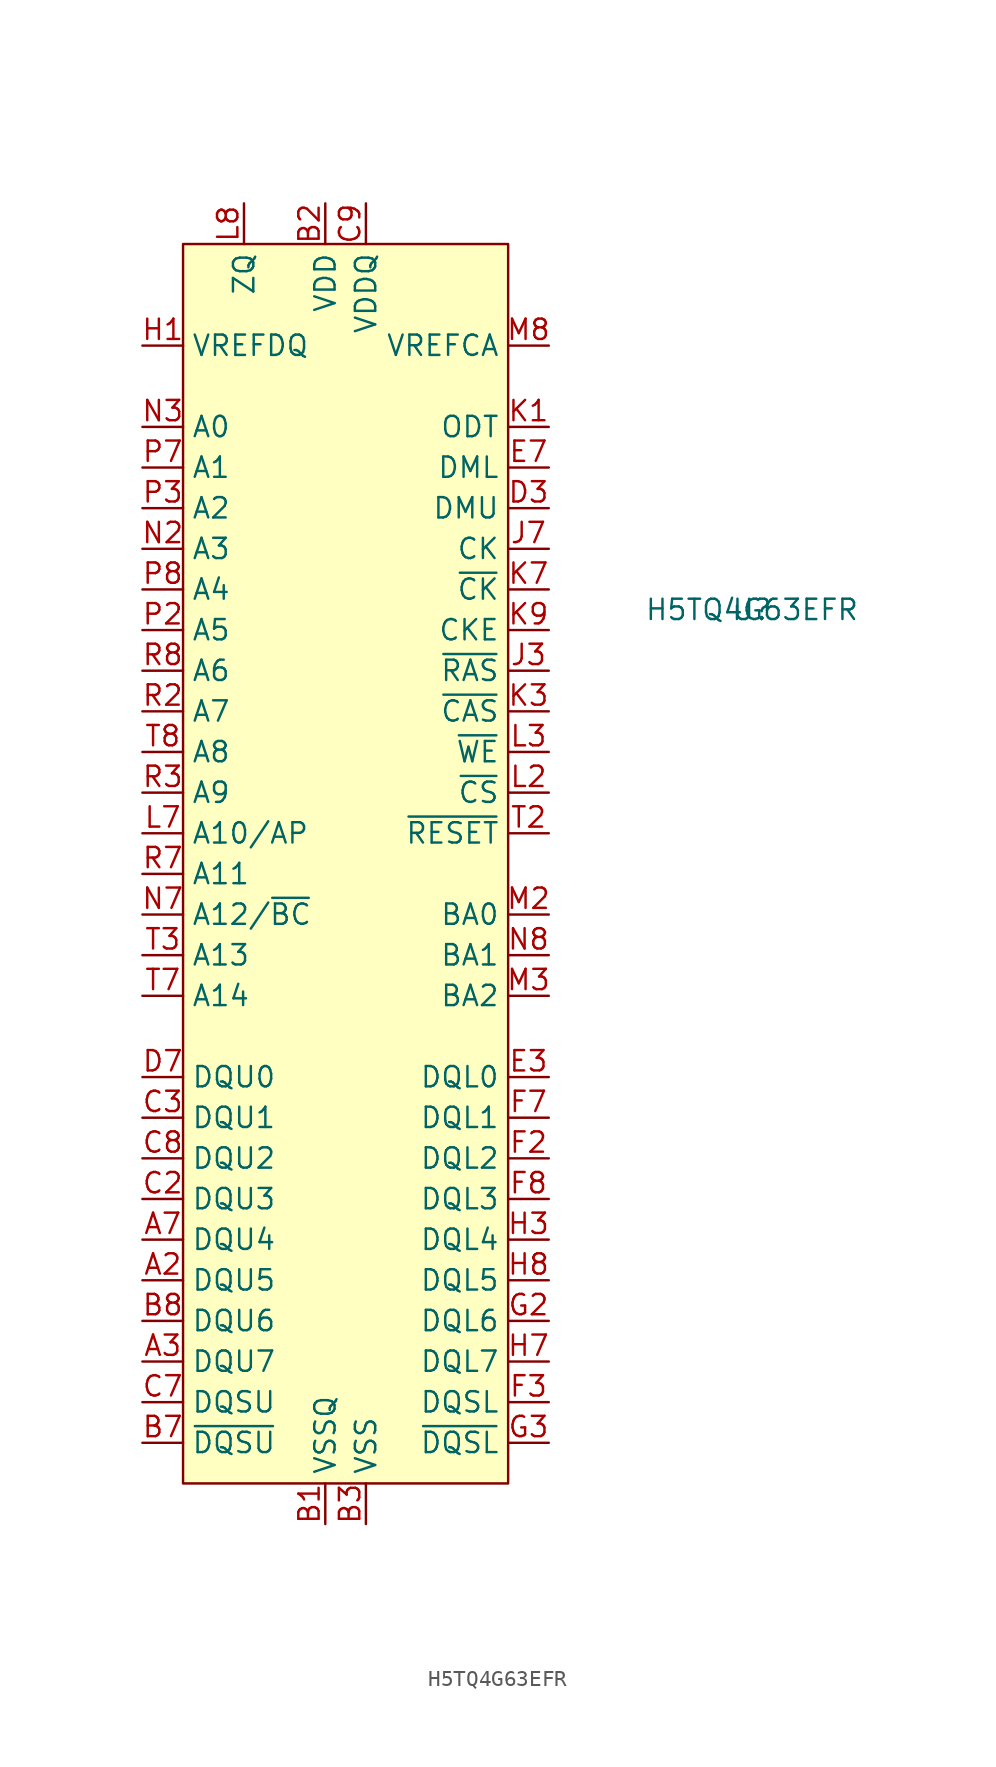
<source format=kicad_sym>
(kicad_symbol_lib
  (version 20241209)
  (generator "kicad_symbol_editor")
  (generator_version "9.0")
  (symbol "H5TQ4G63EFR"
    (property "Reference" "U"
      (at 0 0 0)
      (effects (font (size 1.27 1.27))))
    (property "Value" "H5TQ4G63EFR"
      (at 0 0 0)
      (effects (font (size 1.27 1.27))))
    (symbol "H5TQ4G63EFR_1_1"
      (rectangle (start -35.56 22.86) (end -15.24 -54.61) (stroke (width 0) (type solid)) (fill (type background)))
      (pin power_in line (at -38.1 16.51 0) (length 2.54) (name "VREFDQ" (effects (font (size 1.27 1.27)))) (number "H1" (effects (font (size 1.27 1.27)))))
      (pin input line (at -38.1 11.43 0) (length 2.54) (name "A0" (effects (font (size 1.27 1.27)))) (number "N3" (effects (font (size 1.27 1.27)))))
      (pin input line (at -38.1 8.89 0) (length 2.54) (name "A1" (effects (font (size 1.27 1.27)))) (number "P7" (effects (font (size 1.27 1.27)))))
      (pin input line (at -38.1 6.35 0) (length 2.54) (name "A2" (effects (font (size 1.27 1.27)))) (number "P3" (effects (font (size 1.27 1.27)))))
      (pin input line (at -38.1 3.81 0) (length 2.54) (name "A3" (effects (font (size 1.27 1.27)))) (number "N2" (effects (font (size 1.27 1.27)))))
      (pin input line (at -38.1 1.27 0) (length 2.54) (name "A4" (effects (font (size 1.27 1.27)))) (number "P8" (effects (font (size 1.27 1.27)))))
      (pin input line (at -38.1 -1.27 0) (length 2.54) (name "A5" (effects (font (size 1.27 1.27)))) (number "P2" (effects (font (size 1.27 1.27)))))
      (pin input line (at -38.1 -3.81 0) (length 2.54) (name "A6" (effects (font (size 1.27 1.27)))) (number "R8" (effects (font (size 1.27 1.27)))))
      (pin input line (at -38.1 -6.35 0) (length 2.54) (name "A7" (effects (font (size 1.27 1.27)))) (number "R2" (effects (font (size 1.27 1.27)))))
      (pin input line (at -38.1 -8.89 0) (length 2.54) (name "A8" (effects (font (size 1.27 1.27)))) (number "T8" (effects (font (size 1.27 1.27)))))
      (pin input line (at -38.1 -11.43 0) (length 2.54) (name "A9" (effects (font (size 1.27 1.27)))) (number "R3" (effects (font (size 1.27 1.27)))))
      (pin input line (at -38.1 -13.97 0) (length 2.54) (name "A10/AP" (effects (font (size 1.27 1.27)))) (number "L7" (effects (font (size 1.27 1.27)))))
      (pin input line (at -38.1 -16.51 0) (length 2.54) (name "A11" (effects (font (size 1.27 1.27)))) (number "R7" (effects (font (size 1.27 1.27)))))
      (pin input line (at -38.1 -19.05 0) (length 2.54) (name "A12/~{BC}" (effects (font (size 1.27 1.27)))) (number "N7" (effects (font (size 1.27 1.27)))))
      (pin input line (at -38.1 -21.59 0) (length 2.54) (name "A13" (effects (font (size 1.27 1.27)))) (number "T3" (effects (font (size 1.27 1.27)))))
      (pin input line (at -38.1 -24.13 0) (length 2.54) (name "A14" (effects (font (size 1.27 1.27)))) (number "T7" (effects (font (size 1.27 1.27)))))
      (pin bidirectional line (at -38.1 -29.21 0) (length 2.54) (name "DQU0" (effects (font (size 1.27 1.27)))) (number "D7" (effects (font (size 1.27 1.27)))))
      (pin bidirectional line (at -38.1 -31.75 0) (length 2.54) (name "DQU1" (effects (font (size 1.27 1.27)))) (number "C3" (effects (font (size 1.27 1.27)))))
      (pin bidirectional line (at -38.1 -34.29 0) (length 2.54) (name "DQU2" (effects (font (size 1.27 1.27)))) (number "C8" (effects (font (size 1.27 1.27)))))
      (pin bidirectional line (at -38.1 -36.83 0) (length 2.54) (name "DQU3" (effects (font (size 1.27 1.27)))) (number "C2" (effects (font (size 1.27 1.27)))))
      (pin bidirectional line (at -38.1 -39.37 0) (length 2.54) (name "DQU4" (effects (font (size 1.27 1.27)))) (number "A7" (effects (font (size 1.27 1.27)))))
      (pin bidirectional line (at -38.1 -41.91 0) (length 2.54) (name "DQU5" (effects (font (size 1.27 1.27)))) (number "A2" (effects (font (size 1.27 1.27)))))
      (pin bidirectional line (at -38.1 -44.45 0) (length 2.54) (name "DQU6" (effects (font (size 1.27 1.27)))) (number "B8" (effects (font (size 1.27 1.27)))))
      (pin bidirectional line (at -38.1 -46.99 0) (length 2.54) (name "DQU7" (effects (font (size 1.27 1.27)))) (number "A3" (effects (font (size 1.27 1.27)))))
      (pin bidirectional line (at -38.1 -49.53 0) (length 2.54) (name "DQSU" (effects (font (size 1.27 1.27)))) (number "C7" (effects (font (size 1.27 1.27)))))
      (pin bidirectional line (at -38.1 -52.07 0) (length 2.54) (name "~{DQSU}" (effects (font (size 1.27 1.27)))) (number "B7" (effects (font (size 1.27 1.27)))))
      (pin power_in line (at -31.75 25.4 270) (length 2.54) (name "ZQ" (effects (font (size 1.27 1.27)))) (number "L8" (effects (font (size 1.27 1.27)))))
      (pin power_in line (at -26.67 25.4 270) (length 2.54) (name "VDD" (effects (font (size 1.27 1.27)))) (number "B2" (effects (font (size 1.27 1.27)))))
      (pin power_in line (at -26.67 25.4 270) (length 2.54) (hide yes) (name "VDD" (effects (font (size 1.27 1.27)))) (number "D9" (effects (font (size 1.27 1.27)))))
      (pin power_in line (at -26.67 25.4 270) (length 2.54) (hide yes) (name "VDD" (effects (font (size 1.27 1.27)))) (number "G7" (effects (font (size 1.27 1.27)))))
      (pin power_in line (at -26.67 25.4 270) (length 2.54) (hide yes) (name "VDD" (effects (font (size 1.27 1.27)))) (number "K2" (effects (font (size 1.27 1.27)))))
      (pin power_in line (at -26.67 25.4 270) (length 2.54) (hide yes) (name "VDD" (effects (font (size 1.27 1.27)))) (number "K8" (effects (font (size 1.27 1.27)))))
      (pin power_in line (at -26.67 25.4 270) (length 2.54) (hide yes) (name "VDD" (effects (font (size 1.27 1.27)))) (number "N1" (effects (font (size 1.27 1.27)))))
      (pin power_in line (at -26.67 25.4 270) (length 2.54) (hide yes) (name "VDD" (effects (font (size 1.27 1.27)))) (number "N9" (effects (font (size 1.27 1.27)))))
      (pin power_in line (at -26.67 25.4 270) (length 2.54) (hide yes) (name "VDD" (effects (font (size 1.27 1.27)))) (number "R1" (effects (font (size 1.27 1.27)))))
      (pin power_in line (at -26.67 25.4 270) (length 2.54) (hide yes) (name "VDD" (effects (font (size 1.27 1.27)))) (number "R9" (effects (font (size 1.27 1.27)))))
      (pin power_in line (at -26.67 -57.15 90) (length 2.54) (name "VSSQ" (effects (font (size 1.27 1.27)))) (number "B1" (effects (font (size 1.27 1.27)))))
      (pin power_in line (at -26.67 -57.15 90) (length 2.54) (hide yes) (name "VSSQ" (effects (font (size 1.27 1.27)))) (number "B9" (effects (font (size 1.27 1.27)))))
      (pin power_in line (at -26.67 -57.15 90) (length 2.54) (hide yes) (name "VSSQ" (effects (font (size 1.27 1.27)))) (number "D1" (effects (font (size 1.27 1.27)))))
      (pin power_in line (at -26.67 -57.15 90) (length 2.54) (hide yes) (name "VSSQ" (effects (font (size 1.27 1.27)))) (number "D8" (effects (font (size 1.27 1.27)))))
      (pin power_in line (at -26.67 -57.15 90) (length 2.54) (hide yes) (name "VSSQ" (effects (font (size 1.27 1.27)))) (number "E2" (effects (font (size 1.27 1.27)))))
      (pin power_in line (at -26.67 -57.15 90) (length 2.54) (hide yes) (name "VSSQ" (effects (font (size 1.27 1.27)))) (number "E8" (effects (font (size 1.27 1.27)))))
      (pin power_in line (at -26.67 -57.15 90) (length 2.54) (hide yes) (name "VSSQ" (effects (font (size 1.27 1.27)))) (number "F9" (effects (font (size 1.27 1.27)))))
      (pin power_in line (at -26.67 -57.15 90) (length 2.54) (hide yes) (name "VSSQ" (effects (font (size 1.27 1.27)))) (number "G1" (effects (font (size 1.27 1.27)))))
      (pin power_in line (at -26.67 -57.15 90) (length 2.54) (hide yes) (name "VSSQ" (effects (font (size 1.27 1.27)))) (number "G9" (effects (font (size 1.27 1.27)))))
      (pin power_in line (at -24.13 25.4 270) (length 2.54) (hide yes) (name "VDDQ" (effects (font (size 1.27 1.27)))) (number "A1" (effects (font (size 1.27 1.27)))))
      (pin power_in line (at -24.13 25.4 270) (length 2.54) (hide yes) (name "VDDQ" (effects (font (size 1.27 1.27)))) (number "A8" (effects (font (size 1.27 1.27)))))
      (pin power_in line (at -24.13 25.4 270) (length 2.54) (hide yes) (name "VDDQ" (effects (font (size 1.27 1.27)))) (number "C1" (effects (font (size 1.27 1.27)))))
      (pin power_in line (at -24.13 25.4 270) (length 2.54) (name "VDDQ" (effects (font (size 1.27 1.27)))) (number "C9" (effects (font (size 1.27 1.27)))))
      (pin power_in line (at -24.13 25.4 270) (length 2.54) (hide yes) (name "VDDQ" (effects (font (size 1.27 1.27)))) (number "D2" (effects (font (size 1.27 1.27)))))
      (pin power_in line (at -24.13 25.4 270) (length 2.54) (hide yes) (name "VDDQ" (effects (font (size 1.27 1.27)))) (number "E9" (effects (font (size 1.27 1.27)))))
      (pin power_in line (at -24.13 25.4 270) (length 2.54) (hide yes) (name "VDDQ" (effects (font (size 1.27 1.27)))) (number "F1" (effects (font (size 1.27 1.27)))))
      (pin power_in line (at -24.13 25.4 270) (length 2.54) (hide yes) (name "VDDQ" (effects (font (size 1.27 1.27)))) (number "H2" (effects (font (size 1.27 1.27)))))
      (pin power_in line (at -24.13 25.4 270) (length 2.54) (hide yes) (name "VDDQ" (effects (font (size 1.27 1.27)))) (number "H9" (effects (font (size 1.27 1.27)))))
      (pin power_in line (at -24.13 -57.15 90) (length 2.54) (hide yes) (name "VSS" (effects (font (size 1.27 1.27)))) (number "A9" (effects (font (size 1.27 1.27)))))
      (pin power_in line (at -24.13 -57.15 90) (length 2.54) (name "VSS" (effects (font (size 1.27 1.27)))) (number "B3" (effects (font (size 1.27 1.27)))))
      (pin power_in line (at -24.13 -57.15 90) (length 2.54) (hide yes) (name "VSS" (effects (font (size 1.27 1.27)))) (number "E1" (effects (font (size 1.27 1.27)))))
      (pin power_in line (at -24.13 -57.15 90) (length 2.54) (hide yes) (name "VSS" (effects (font (size 1.27 1.27)))) (number "G8" (effects (font (size 1.27 1.27)))))
      (pin power_in line (at -24.13 -57.15 90) (length 2.54) (hide yes) (name "VSS" (effects (font (size 1.27 1.27)))) (number "J2" (effects (font (size 1.27 1.27)))))
      (pin power_in line (at -24.13 -57.15 90) (length 2.54) (hide yes) (name "VSS" (effects (font (size 1.27 1.27)))) (number "J8" (effects (font (size 1.27 1.27)))))
      (pin power_in line (at -24.13 -57.15 90) (length 2.54) (hide yes) (name "VSS" (effects (font (size 1.27 1.27)))) (number "M1" (effects (font (size 1.27 1.27)))))
      (pin power_in line (at -24.13 -57.15 90) (length 2.54) (hide yes) (name "VSS" (effects (font (size 1.27 1.27)))) (number "M9" (effects (font (size 1.27 1.27)))))
      (pin power_in line (at -24.13 -57.15 90) (length 2.54) (hide yes) (name "VSS" (effects (font (size 1.27 1.27)))) (number "P1" (effects (font (size 1.27 1.27)))))
      (pin power_in line (at -24.13 -57.15 90) (length 2.54) (hide yes) (name "VSS" (effects (font (size 1.27 1.27)))) (number "P9" (effects (font (size 1.27 1.27)))))
      (pin power_in line (at -24.13 -57.15 90) (length 2.54) (hide yes) (name "VSS" (effects (font (size 1.27 1.27)))) (number "T1" (effects (font (size 1.27 1.27)))))
      (pin power_in line (at -24.13 -57.15 90) (length 2.54) (hide yes) (name "VSS" (effects (font (size 1.27 1.27)))) (number "T9" (effects (font (size 1.27 1.27)))))
      (pin no_connect line (at -21.59 -57.15 90) (length 2.54) (hide yes) (name "NC" (effects (font (size 1.27 1.27)))) (number "J1" (effects (font (size 1.27 1.27)))))
      (pin no_connect line (at -21.59 -57.15 90) (length 2.54) (hide yes) (name "NC" (effects (font (size 1.27 1.27)))) (number "J9" (effects (font (size 1.27 1.27)))))
      (pin no_connect line (at -21.59 -57.15 90) (length 2.54) (hide yes) (name "NC" (effects (font (size 1.27 1.27)))) (number "L1" (effects (font (size 1.27 1.27)))))
      (pin no_connect line (at -21.59 -57.15 90) (length 2.54) (hide yes) (name "NC" (effects (font (size 1.27 1.27)))) (number "L9" (effects (font (size 1.27 1.27)))))
      (pin no_connect line (at -21.59 -57.15 90) (length 2.54) (hide yes) (name "NC" (effects (font (size 1.27 1.27)))) (number "M7" (effects (font (size 1.27 1.27)))))
      (pin power_in line (at -12.7 16.51 180) (length 2.54) (name "VREFCA" (effects (font (size 1.27 1.27)))) (number "M8" (effects (font (size 1.27 1.27)))))
      (pin input line (at -12.7 11.43 180) (length 2.54) (name "ODT" (effects (font (size 1.27 1.27)))) (number "K1" (effects (font (size 1.27 1.27)))))
      (pin input line (at -12.7 8.89 180) (length 2.54) (name "DML" (effects (font (size 1.27 1.27)))) (number "E7" (effects (font (size 1.27 1.27)))))
      (pin input line (at -12.7 6.35 180) (length 2.54) (name "DMU" (effects (font (size 1.27 1.27)))) (number "D3" (effects (font (size 1.27 1.27)))))
      (pin input line (at -12.7 3.81 180) (length 2.54) (name "CK" (effects (font (size 1.27 1.27)))) (number "J7" (effects (font (size 1.27 1.27)))))
      (pin input line (at -12.7 1.27 180) (length 2.54) (name "~{CK}" (effects (font (size 1.27 1.27)))) (number "K7" (effects (font (size 1.27 1.27)))))
      (pin input line (at -12.7 -1.27 180) (length 2.54) (name "CKE" (effects (font (size 1.27 1.27)))) (number "K9" (effects (font (size 1.27 1.27)))))
      (pin input line (at -12.7 -3.81 180) (length 2.54) (name "~{RAS}" (effects (font (size 1.27 1.27)))) (number "J3" (effects (font (size 1.27 1.27)))))
      (pin input line (at -12.7 -6.35 180) (length 2.54) (name "~{CAS}" (effects (font (size 1.27 1.27)))) (number "K3" (effects (font (size 1.27 1.27)))))
      (pin input line (at -12.7 -8.89 180) (length 2.54) (name "~{WE}" (effects (font (size 1.27 1.27)))) (number "L3" (effects (font (size 1.27 1.27)))))
      (pin input line (at -12.7 -11.43 180) (length 2.54) (name "~{CS}" (effects (font (size 1.27 1.27)))) (number "L2" (effects (font (size 1.27 1.27)))))
      (pin input line (at -12.7 -13.97 180) (length 2.54) (name "~{RESET}" (effects (font (size 1.27 1.27)))) (number "T2" (effects (font (size 1.27 1.27)))))
      (pin input line (at -12.7 -19.05 180) (length 2.54) (name "BA0" (effects (font (size 1.27 1.27)))) (number "M2" (effects (font (size 1.27 1.27)))))
      (pin input line (at -12.7 -21.59 180) (length 2.54) (name "BA1" (effects (font (size 1.27 1.27)))) (number "N8" (effects (font (size 1.27 1.27)))))
      (pin input line (at -12.7 -24.13 180) (length 2.54) (name "BA2" (effects (font (size 1.27 1.27)))) (number "M3" (effects (font (size 1.27 1.27)))))
      (pin bidirectional line (at -12.7 -29.21 180) (length 2.54) (name "DQL0" (effects (font (size 1.27 1.27)))) (number "E3" (effects (font (size 1.27 1.27)))))
      (pin bidirectional line (at -12.7 -31.75 180) (length 2.54) (name "DQL1" (effects (font (size 1.27 1.27)))) (number "F7" (effects (font (size 1.27 1.27)))))
      (pin bidirectional line (at -12.7 -34.29 180) (length 2.54) (name "DQL2" (effects (font (size 1.27 1.27)))) (number "F2" (effects (font (size 1.27 1.27)))))
      (pin bidirectional line (at -12.7 -36.83 180) (length 2.54) (name "DQL3" (effects (font (size 1.27 1.27)))) (number "F8" (effects (font (size 1.27 1.27)))))
      (pin bidirectional line (at -12.7 -39.37 180) (length 2.54) (name "DQL4" (effects (font (size 1.27 1.27)))) (number "H3" (effects (font (size 1.27 1.27)))))
      (pin bidirectional line (at -12.7 -41.91 180) (length 2.54) (name "DQL5" (effects (font (size 1.27 1.27)))) (number "H8" (effects (font (size 1.27 1.27)))))
      (pin bidirectional line (at -12.7 -44.45 180) (length 2.54) (name "DQL6" (effects (font (size 1.27 1.27)))) (number "G2" (effects (font (size 1.27 1.27)))))
      (pin bidirectional line (at -12.7 -46.99 180) (length 2.54) (name "DQL7" (effects (font (size 1.27 1.27)))) (number "H7" (effects (font (size 1.27 1.27)))))
      (pin bidirectional line (at -12.7 -49.53 180) (length 2.54) (name "DQSL" (effects (font (size 1.27 1.27)))) (number "F3" (effects (font (size 1.27 1.27)))))
      (pin bidirectional line (at -12.7 -52.07 180) (length 2.54) (name "~{DQSL}" (effects (font (size 1.27 1.27)))) (number "G3" (effects (font (size 1.27 1.27))))))))
</source>
